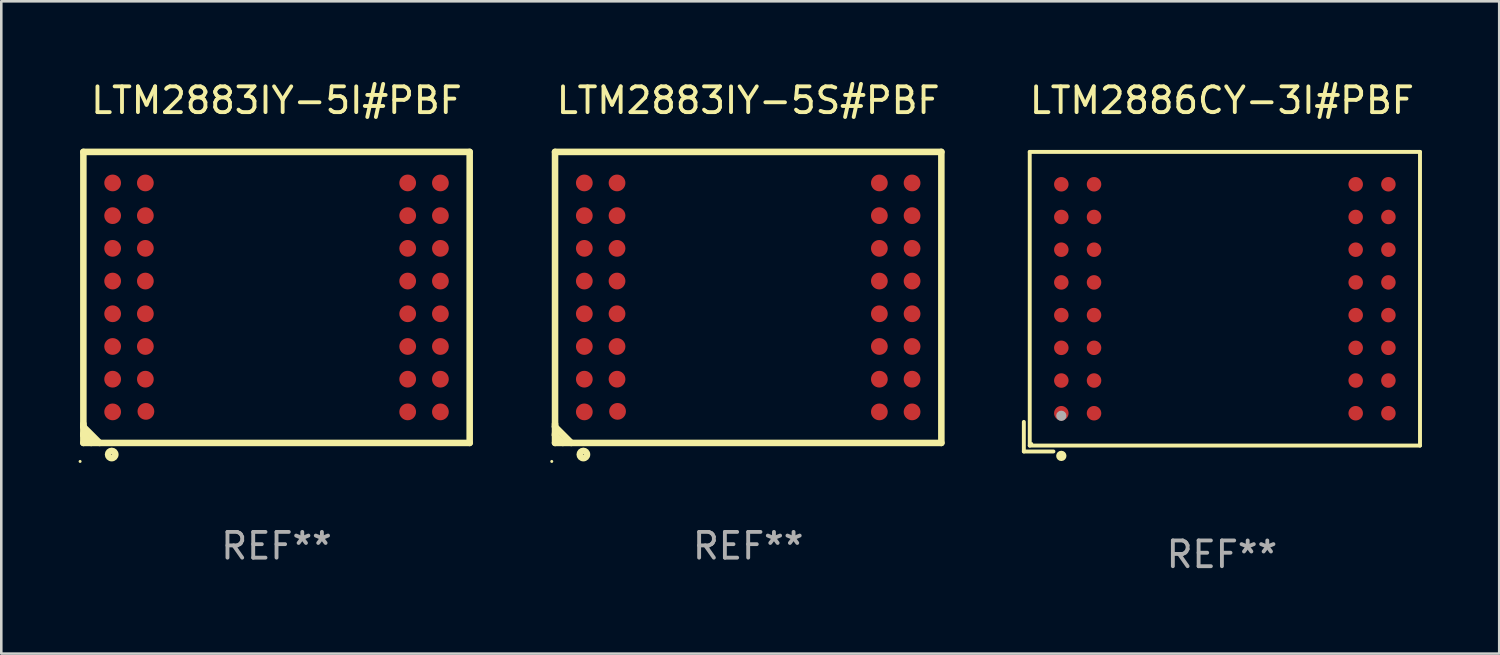
<source format=kicad_pcb>
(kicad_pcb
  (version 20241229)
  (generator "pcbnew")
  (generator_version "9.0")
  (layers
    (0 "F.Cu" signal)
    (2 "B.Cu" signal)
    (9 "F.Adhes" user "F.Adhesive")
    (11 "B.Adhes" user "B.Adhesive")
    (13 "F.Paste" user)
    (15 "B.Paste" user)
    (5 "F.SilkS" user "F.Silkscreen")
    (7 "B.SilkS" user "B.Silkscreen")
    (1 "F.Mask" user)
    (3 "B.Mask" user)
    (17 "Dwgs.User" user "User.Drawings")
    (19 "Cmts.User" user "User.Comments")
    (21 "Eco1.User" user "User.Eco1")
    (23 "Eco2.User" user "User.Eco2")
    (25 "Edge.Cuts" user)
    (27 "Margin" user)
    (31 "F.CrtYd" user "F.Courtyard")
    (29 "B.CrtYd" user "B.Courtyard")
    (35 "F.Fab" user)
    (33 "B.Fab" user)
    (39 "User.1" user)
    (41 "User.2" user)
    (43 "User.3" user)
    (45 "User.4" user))
  (footprint "LTM2883IY-5S#PBF"
    (layer "F.Cu")
    (at 26.001 8.498)
    (property "Reference" "LTM2883IY-5S#PBF" (at 0 -7.65 0) (layer "F.SilkS") (effects (font (size 1 1) (thickness 0.15))))
    (attr through_hole)
    (fp_line (start -7.5 -5.65) (end -7.5 5.65) (stroke (width 0.254) (type solid)) (layer "F.SilkS"))
    (fp_line (start -7.5 -5.65) (end 7.5 -5.65) (stroke (width 0.254) (type solid)) (layer "F.SilkS"))
    (fp_line (start -7.5 4.911) (end -7.5 5.02) (stroke (width 0.254) (type solid)) (layer "F.SilkS"))
    (fp_line (start -7.5 5.02) (end -6.87 5.65) (stroke (width 0.254) (type solid)) (layer "F.SilkS"))
    (fp_line (start -7.5 5.286) (end -7.5 5.347) (stroke (width 0.254) (type solid)) (layer "F.SilkS"))
    (fp_line (start -7.5 5.347) (end -7.197 5.65) (stroke (width 0.254) (type solid)) (layer "F.SilkS"))
    (fp_line (start -7.5 5.65) (end 7.5 5.65) (stroke (width 0.254) (type solid)) (layer "F.SilkS"))
    (fp_line (start 7.5 -5.65) (end 7.5 5.65) (stroke (width 0.254) (type solid)) (layer "F.SilkS"))
    (fp_circle (center -7.627 6.369) (end -7.597 6.369) (stroke (width 0.06) (type solid)) (fill no) (layer "F.SilkS"))
    (fp_circle (center -6.4 6.1) (end -6.259 6.1) (stroke (width 0.254) (type solid)) (fill no) (layer "F.SilkS"))
    (fp_text user "REF**" (at 0 9.65 0) (layer "F.Fab") (effects (font (size 1 1) (thickness 0.15))))
    (pad "A1" smd circle (at -6.363 4.445) (size 0.65 0.65) (layers "F.Cu" "F.Mask" "F.Paste"))
    (pad "A2" smd circle (at -6.363 3.175) (size 0.65 0.65) (layers "F.Cu" "F.Mask" "F.Paste"))
    (pad "A3" smd circle (at -6.363 1.905) (size 0.65 0.65) (layers "F.Cu" "F.Mask" "F.Paste"))
    (pad "A4" smd circle (at -6.363 0.635) (size 0.65 0.65) (layers "F.Cu" "F.Mask" "F.Paste"))
    (pad "A5" smd circle (at -6.363 -0.635) (size 0.65 0.65) (layers "F.Cu" "F.Mask" "F.Paste"))
    (pad "A6" smd circle (at -6.363 -1.905) (size 0.65 0.65) (layers "F.Cu" "F.Mask" "F.Paste"))
    (pad "A7" smd circle (at -6.363 -3.175) (size 0.65 0.65) (layers "F.Cu" "F.Mask" "F.Paste"))
    (pad "A8" smd circle (at -6.363 -4.445) (size 0.65 0.65) (layers "F.Cu" "F.Mask" "F.Paste"))
    (pad "B1" smd circle (at -5.072 4.425) (size 0.65 0.65) (layers "F.Cu" "F.Mask" "F.Paste"))
    (pad "B2" smd circle (at -5.093 3.175) (size 0.65 0.65) (layers "F.Cu" "F.Mask" "F.Paste"))
    (pad "B3" smd circle (at -5.093 1.905) (size 0.65 0.65) (layers "F.Cu" "F.Mask" "F.Paste"))
    (pad "B4" smd circle (at -5.093 0.635) (size 0.65 0.65) (layers "F.Cu" "F.Mask" "F.Paste"))
    (pad "B5" smd circle (at -5.093 -0.635) (size 0.65 0.65) (layers "F.Cu" "F.Mask" "F.Paste"))
    (pad "B6" smd circle (at -5.093 -1.905) (size 0.65 0.65) (layers "F.Cu" "F.Mask" "F.Paste"))
    (pad "B7" smd circle (at -5.093 -3.175) (size 0.65 0.65) (layers "F.Cu" "F.Mask" "F.Paste"))
    (pad "B8" smd circle (at -5.093 -4.445) (size 0.65 0.65) (layers "F.Cu" "F.Mask" "F.Paste"))
    (pad "K1" smd circle (at 5.093 4.445) (size 0.65 0.65) (layers "F.Cu" "F.Mask" "F.Paste"))
    (pad "K2" smd circle (at 5.093 3.175) (size 0.65 0.65) (layers "F.Cu" "F.Mask" "F.Paste"))
    (pad "K3" smd circle (at 5.093 1.905) (size 0.65 0.65) (layers "F.Cu" "F.Mask" "F.Paste"))
    (pad "K4" smd circle (at 5.093 0.635) (size 0.65 0.65) (layers "F.Cu" "F.Mask" "F.Paste"))
    (pad "K5" smd circle (at 5.093 -0.635) (size 0.65 0.65) (layers "F.Cu" "F.Mask" "F.Paste"))
    (pad "K6" smd circle (at 5.093 -1.905) (size 0.65 0.65) (layers "F.Cu" "F.Mask" "F.Paste"))
    (pad "K7" smd circle (at 5.093 -3.175) (size 0.65 0.65) (layers "F.Cu" "F.Mask" "F.Paste"))
    (pad "K8" smd circle (at 5.093 -4.445) (size 0.65 0.65) (layers "F.Cu" "F.Mask" "F.Paste"))
    (pad "L1" smd circle (at 6.363 4.445) (size 0.65 0.65) (layers "F.Cu" "F.Mask" "F.Paste"))
    (pad "L2" smd circle (at 6.363 3.175) (size 0.65 0.65) (layers "F.Cu" "F.Mask" "F.Paste"))
    (pad "L3" smd circle (at 6.363 1.905) (size 0.65 0.65) (layers "F.Cu" "F.Mask" "F.Paste"))
    (pad "L4" smd circle (at 6.363 0.635) (size 0.65 0.65) (layers "F.Cu" "F.Mask" "F.Paste"))
    (pad "L5" smd circle (at 6.363 -0.635) (size 0.65 0.65) (layers "F.Cu" "F.Mask" "F.Paste"))
    (pad "L6" smd circle (at 6.363 -1.905) (size 0.65 0.65) (layers "F.Cu" "F.Mask" "F.Paste"))
    (pad "L7" smd circle (at 6.363 -3.175) (size 0.65 0.65) (layers "F.Cu" "F.Mask" "F.Paste"))
    (pad "L8" smd circle (at 6.363 -4.445) (size 0.65 0.65) (layers "F.Cu" "F.Mask" "F.Paste")))
  (footprint "LTM2883IY-5I#PBF"
    (layer "F.Cu")
    (at 7.687 8.498)
    (property "Reference" "LTM2883IY-5I#PBF" (at 0 -7.65 0) (layer "F.SilkS") (effects (font (size 1 1) (thickness 0.15))))
    (attr through_hole)
    (fp_line (start -7.5 -5.65) (end -7.5 5.65) (stroke (width 0.254) (type solid)) (layer "F.SilkS"))
    (fp_line (start -7.5 -5.65) (end 7.5 -5.65) (stroke (width 0.254) (type solid)) (layer "F.SilkS"))
    (fp_line (start -7.5 4.911) (end -7.5 5.02) (stroke (width 0.254) (type solid)) (layer "F.SilkS"))
    (fp_line (start -7.5 5.02) (end -6.87 5.65) (stroke (width 0.254) (type solid)) (layer "F.SilkS"))
    (fp_line (start -7.5 5.286) (end -7.5 5.347) (stroke (width 0.254) (type solid)) (layer "F.SilkS"))
    (fp_line (start -7.5 5.347) (end -7.197 5.65) (stroke (width 0.254) (type solid)) (layer "F.SilkS"))
    (fp_line (start -7.5 5.65) (end 7.5 5.65) (stroke (width 0.254) (type solid)) (layer "F.SilkS"))
    (fp_line (start 7.5 -5.65) (end 7.5 5.65) (stroke (width 0.254) (type solid)) (layer "F.SilkS"))
    (fp_circle (center -7.627 6.369) (end -7.597 6.369) (stroke (width 0.06) (type solid)) (fill no) (layer "F.SilkS"))
    (fp_circle (center -6.4 6.1) (end -6.259 6.1) (stroke (width 0.254) (type solid)) (fill no) (layer "F.SilkS"))
    (fp_text user "REF**" (at 0 9.65 0) (layer "F.Fab") (effects (font (size 1 1) (thickness 0.15))))
    (pad "A1" smd circle (at -6.363 4.445) (size 0.65 0.65) (layers "F.Cu" "F.Mask" "F.Paste"))
    (pad "A2" smd circle (at -6.363 3.175) (size 0.65 0.65) (layers "F.Cu" "F.Mask" "F.Paste"))
    (pad "A3" smd circle (at -6.363 1.905) (size 0.65 0.65) (layers "F.Cu" "F.Mask" "F.Paste"))
    (pad "A4" smd circle (at -6.363 0.635) (size 0.65 0.65) (layers "F.Cu" "F.Mask" "F.Paste"))
    (pad "A5" smd circle (at -6.363 -0.635) (size 0.65 0.65) (layers "F.Cu" "F.Mask" "F.Paste"))
    (pad "A6" smd circle (at -6.363 -1.905) (size 0.65 0.65) (layers "F.Cu" "F.Mask" "F.Paste"))
    (pad "A7" smd circle (at -6.363 -3.175) (size 0.65 0.65) (layers "F.Cu" "F.Mask" "F.Paste"))
    (pad "A8" smd circle (at -6.363 -4.445) (size 0.65 0.65) (layers "F.Cu" "F.Mask" "F.Paste"))
    (pad "B1" smd circle (at -5.072 4.425) (size 0.65 0.65) (layers "F.Cu" "F.Mask" "F.Paste"))
    (pad "B2" smd circle (at -5.093 3.175) (size 0.65 0.65) (layers "F.Cu" "F.Mask" "F.Paste"))
    (pad "B3" smd circle (at -5.093 1.905) (size 0.65 0.65) (layers "F.Cu" "F.Mask" "F.Paste"))
    (pad "B4" smd circle (at -5.093 0.635) (size 0.65 0.65) (layers "F.Cu" "F.Mask" "F.Paste"))
    (pad "B5" smd circle (at -5.093 -0.635) (size 0.65 0.65) (layers "F.Cu" "F.Mask" "F.Paste"))
    (pad "B6" smd circle (at -5.093 -1.905) (size 0.65 0.65) (layers "F.Cu" "F.Mask" "F.Paste"))
    (pad "B7" smd circle (at -5.093 -3.175) (size 0.65 0.65) (layers "F.Cu" "F.Mask" "F.Paste"))
    (pad "B8" smd circle (at -5.093 -4.445) (size 0.65 0.65) (layers "F.Cu" "F.Mask" "F.Paste"))
    (pad "K1" smd circle (at 5.093 4.445) (size 0.65 0.65) (layers "F.Cu" "F.Mask" "F.Paste"))
    (pad "K2" smd circle (at 5.093 3.175) (size 0.65 0.65) (layers "F.Cu" "F.Mask" "F.Paste"))
    (pad "K3" smd circle (at 5.093 1.905) (size 0.65 0.65) (layers "F.Cu" "F.Mask" "F.Paste"))
    (pad "K4" smd circle (at 5.093 0.635) (size 0.65 0.65) (layers "F.Cu" "F.Mask" "F.Paste"))
    (pad "K5" smd circle (at 5.093 -0.635) (size 0.65 0.65) (layers "F.Cu" "F.Mask" "F.Paste"))
    (pad "K6" smd circle (at 5.093 -1.905) (size 0.65 0.65) (layers "F.Cu" "F.Mask" "F.Paste"))
    (pad "K7" smd circle (at 5.093 -3.175) (size 0.65 0.65) (layers "F.Cu" "F.Mask" "F.Paste"))
    (pad "K8" smd circle (at 5.093 -4.445) (size 0.65 0.65) (layers "F.Cu" "F.Mask" "F.Paste"))
    (pad "L1" smd circle (at 6.363 4.445) (size 0.65 0.65) (layers "F.Cu" "F.Mask" "F.Paste"))
    (pad "L2" smd circle (at 6.363 3.175) (size 0.65 0.65) (layers "F.Cu" "F.Mask" "F.Paste"))
    (pad "L3" smd circle (at 6.363 1.905) (size 0.65 0.65) (layers "F.Cu" "F.Mask" "F.Paste"))
    (pad "L4" smd circle (at 6.363 0.635) (size 0.65 0.65) (layers "F.Cu" "F.Mask" "F.Paste"))
    (pad "L5" smd circle (at 6.363 -0.635) (size 0.65 0.65) (layers "F.Cu" "F.Mask" "F.Paste"))
    (pad "L6" smd circle (at 6.363 -1.905) (size 0.65 0.65) (layers "F.Cu" "F.Mask" "F.Paste"))
    (pad "L7" smd circle (at 6.363 -3.175) (size 0.65 0.65) (layers "F.Cu" "F.Mask" "F.Paste"))
    (pad "L8" smd circle (at 6.363 -4.445) (size 0.65 0.65) (layers "F.Cu" "F.Mask" "F.Paste")))
  (footprint "LTM2886CY-3I#PBF"
    (layer "F.Cu")
    (at 44.395 8.664)
    (property "Reference" "LTM2886CY-3I#PBF" (at 0 -7.816 0) (layer "F.SilkS") (effects (font (size 1 1) (thickness 0.15))))
    (attr through_hole)
    (fp_line (start -7.691 4.667) (end -7.691 5.816) (stroke (width 0.152) (type solid)) (layer "F.SilkS"))
    (fp_line (start -7.691 5.816) (end -6.542 5.816) (stroke (width 0.152) (type solid)) (layer "F.SilkS"))
    (fp_line (start -7.462 -5.816) (end 7.691 -5.816) (stroke (width 0.152) (type solid)) (layer "F.SilkS"))
    (fp_line (start -7.462 5.587) (end -7.462 -5.816) (stroke (width 0.152) (type solid)) (layer "F.SilkS"))
    (fp_line (start 7.691 -5.816) (end 7.691 5.587) (stroke (width 0.152) (type solid)) (layer "F.SilkS"))
    (fp_line (start 7.691 5.587) (end -7.462 5.587) (stroke (width 0.152) (type solid)) (layer "F.SilkS"))
    (fp_circle (center -7.386 5.511) (end -7.356 5.511) (stroke (width 0.06) (type solid)) (fill no) (layer "F.SilkS"))
    (fp_circle (center -6.236 5.987) (end -6.136 5.987) (stroke (width 0.2) (type solid)) (fill no) (layer "F.SilkS"))
    (fp_circle (center -6.236 4.431) (end -6.136 4.431) (stroke (width 0.2) (type solid)) (fill no) (layer "F.Fab"))
    (fp_text user "REF**" (at 0 9.816 0) (layer "F.Fab") (effects (font (size 1 1) (thickness 0.15))))
    (pad "A1" smd circle (at -6.236 4.331) (size 0.563 0.563) (layers "F.Cu" "F.Mask" "F.Paste"))
    (pad "A2" smd circle (at -6.236 3.061) (size 0.563 0.563) (layers "F.Cu" "F.Mask" "F.Paste"))
    (pad "A3" smd circle (at -6.236 1.791) (size 0.563 0.563) (layers "F.Cu" "F.Mask" "F.Paste"))
    (pad "A4" smd circle (at -6.236 0.521) (size 0.563 0.563) (layers "F.Cu" "F.Mask" "F.Paste"))
    (pad "A5" smd circle (at -6.236 -0.749) (size 0.563 0.563) (layers "F.Cu" "F.Mask" "F.Paste"))
    (pad "A6" smd circle (at -6.236 -2.019) (size 0.563 0.563) (layers "F.Cu" "F.Mask" "F.Paste"))
    (pad "A7" smd circle (at -6.236 -3.289) (size 0.563 0.563) (layers "F.Cu" "F.Mask" "F.Paste"))
    (pad "A8" smd circle (at -6.236 -4.559) (size 0.563 0.563) (layers "F.Cu" "F.Mask" "F.Paste"))
    (pad "B1" smd circle (at -4.966 4.331) (size 0.563 0.563) (layers "F.Cu" "F.Mask" "F.Paste"))
    (pad "B2" smd circle (at -4.966 3.061) (size 0.563 0.563) (layers "F.Cu" "F.Mask" "F.Paste"))
    (pad "B3" smd circle (at -4.966 1.791) (size 0.563 0.563) (layers "F.Cu" "F.Mask" "F.Paste"))
    (pad "B4" smd circle (at -4.966 0.521) (size 0.563 0.563) (layers "F.Cu" "F.Mask" "F.Paste"))
    (pad "B5" smd circle (at -4.966 -0.749) (size 0.563 0.563) (layers "F.Cu" "F.Mask" "F.Paste"))
    (pad "B6" smd circle (at -4.966 -2.019) (size 0.563 0.563) (layers "F.Cu" "F.Mask" "F.Paste"))
    (pad "B7" smd circle (at -4.966 -3.289) (size 0.563 0.563) (layers "F.Cu" "F.Mask" "F.Paste"))
    (pad "B8" smd circle (at -4.966 -4.559) (size 0.563 0.563) (layers "F.Cu" "F.Mask" "F.Paste"))
    (pad "K1" smd circle (at 5.194 4.331) (size 0.563 0.563) (layers "F.Cu" "F.Mask" "F.Paste"))
    (pad "K2" smd circle (at 5.194 3.061) (size 0.563 0.563) (layers "F.Cu" "F.Mask" "F.Paste"))
    (pad "K3" smd circle (at 5.194 1.791) (size 0.563 0.563) (layers "F.Cu" "F.Mask" "F.Paste"))
    (pad "K4" smd circle (at 5.194 0.521) (size 0.563 0.563) (layers "F.Cu" "F.Mask" "F.Paste"))
    (pad "K5" smd circle (at 5.194 -0.749) (size 0.563 0.563) (layers "F.Cu" "F.Mask" "F.Paste"))
    (pad "K6" smd circle (at 5.194 -2.019) (size 0.563 0.563) (layers "F.Cu" "F.Mask" "F.Paste"))
    (pad "K7" smd circle (at 5.194 -3.289) (size 0.563 0.563) (layers "F.Cu" "F.Mask" "F.Paste"))
    (pad "K8" smd circle (at 5.194 -4.559) (size 0.563 0.563) (layers "F.Cu" "F.Mask" "F.Paste"))
    (pad "L1" smd circle (at 6.464 4.331) (size 0.563 0.563) (layers "F.Cu" "F.Mask" "F.Paste"))
    (pad "L2" smd circle (at 6.464 3.061) (size 0.563 0.563) (layers "F.Cu" "F.Mask" "F.Paste"))
    (pad "L3" smd circle (at 6.464 1.791) (size 0.563 0.563) (layers "F.Cu" "F.Mask" "F.Paste"))
    (pad "L4" smd circle (at 6.464 0.521) (size 0.563 0.563) (layers "F.Cu" "F.Mask" "F.Paste"))
    (pad "L5" smd circle (at 6.464 -0.749) (size 0.563 0.563) (layers "F.Cu" "F.Mask" "F.Paste"))
    (pad "L6" smd circle (at 6.464 -2.019) (size 0.563 0.563) (layers "F.Cu" "F.Mask" "F.Paste"))
    (pad "L7" smd circle (at 6.464 -3.289) (size 0.563 0.563) (layers "F.Cu" "F.Mask" "F.Paste"))
    (pad "L8" smd circle (at 6.464 -4.559) (size 0.563 0.563) (layers "F.Cu" "F.Mask" "F.Paste")))
  (gr_rect
    (start -3 -3)
    (end 55.162 22.328)
    (stroke (width 0.1) (type default))
    (fill no)
    (layer "Edge.Cuts")))
</source>
